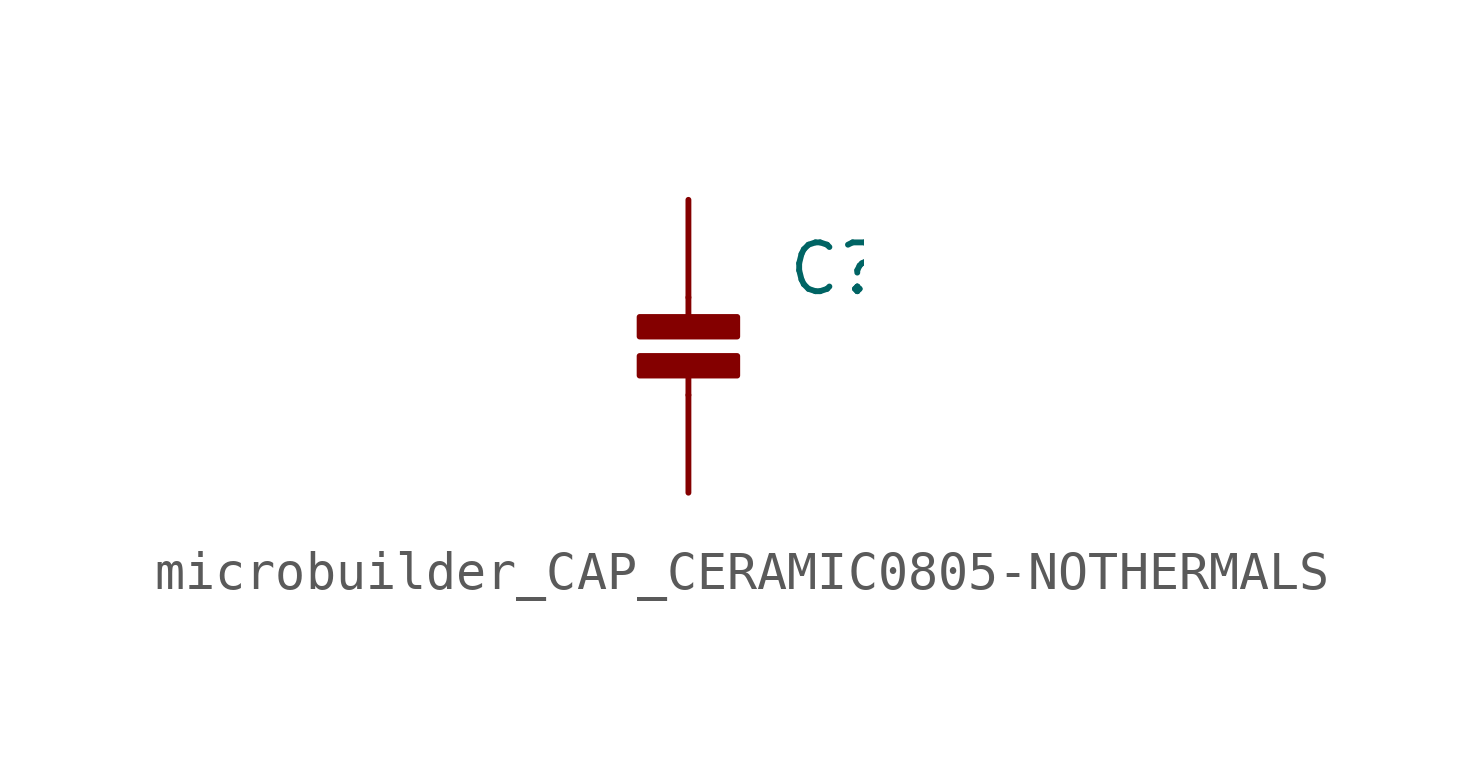
<source format=kicad_sym>
(kicad_symbol_lib
  (version 20220914)
  (generator kicad_symbol_editor)
  (symbol "microbuilder_CAP_CERAMIC0805-NOTHERMALS"
    (property "Reference" "C"
      (at 2.54 2.54 0)
      (effects (font (size 1.27 1.27)) (justify left bottom)))
    (property "Value" ""
      (at 2.54 0 0)
      (effects (font (size 1.27 1.27)) (justify left bottom)))
    (property "ki_locked" ""
      (at 0 0 0)
      (effects (font (size 1.27 1.27))))
    (symbol "microbuilder_CAP_CERAMIC0805-NOTHERMALS_1_0"
      (rectangle (start -1.27 0.508) (end 1.27 1.016) (stroke (width 0) (type default)) (fill (type outline)))
      (rectangle (start -1.27 1.524) (end 1.27 2.032) (stroke (width 0) (type default)) (fill (type outline)))
      (polyline (pts (xy 0 0.762) (xy 0 0)) (stroke (width 0.152) (type solid)) (fill (type none)))
      (polyline (pts (xy 0 2.54) (xy 0 1.778)) (stroke (width 0.152) (type solid)) (fill (type none)))
      (pin passive line (at 0 5.08 270) (length 2.54) (name "P$1" (effects (font (size 0 0)))) (number "1" (effects (font (size 0 0)))))
      (pin passive line (at 0 -2.54 90) (length 2.54) (name "P$2" (effects (font (size 0 0)))) (number "2" (effects (font (size 0 0))))))))
</source>
